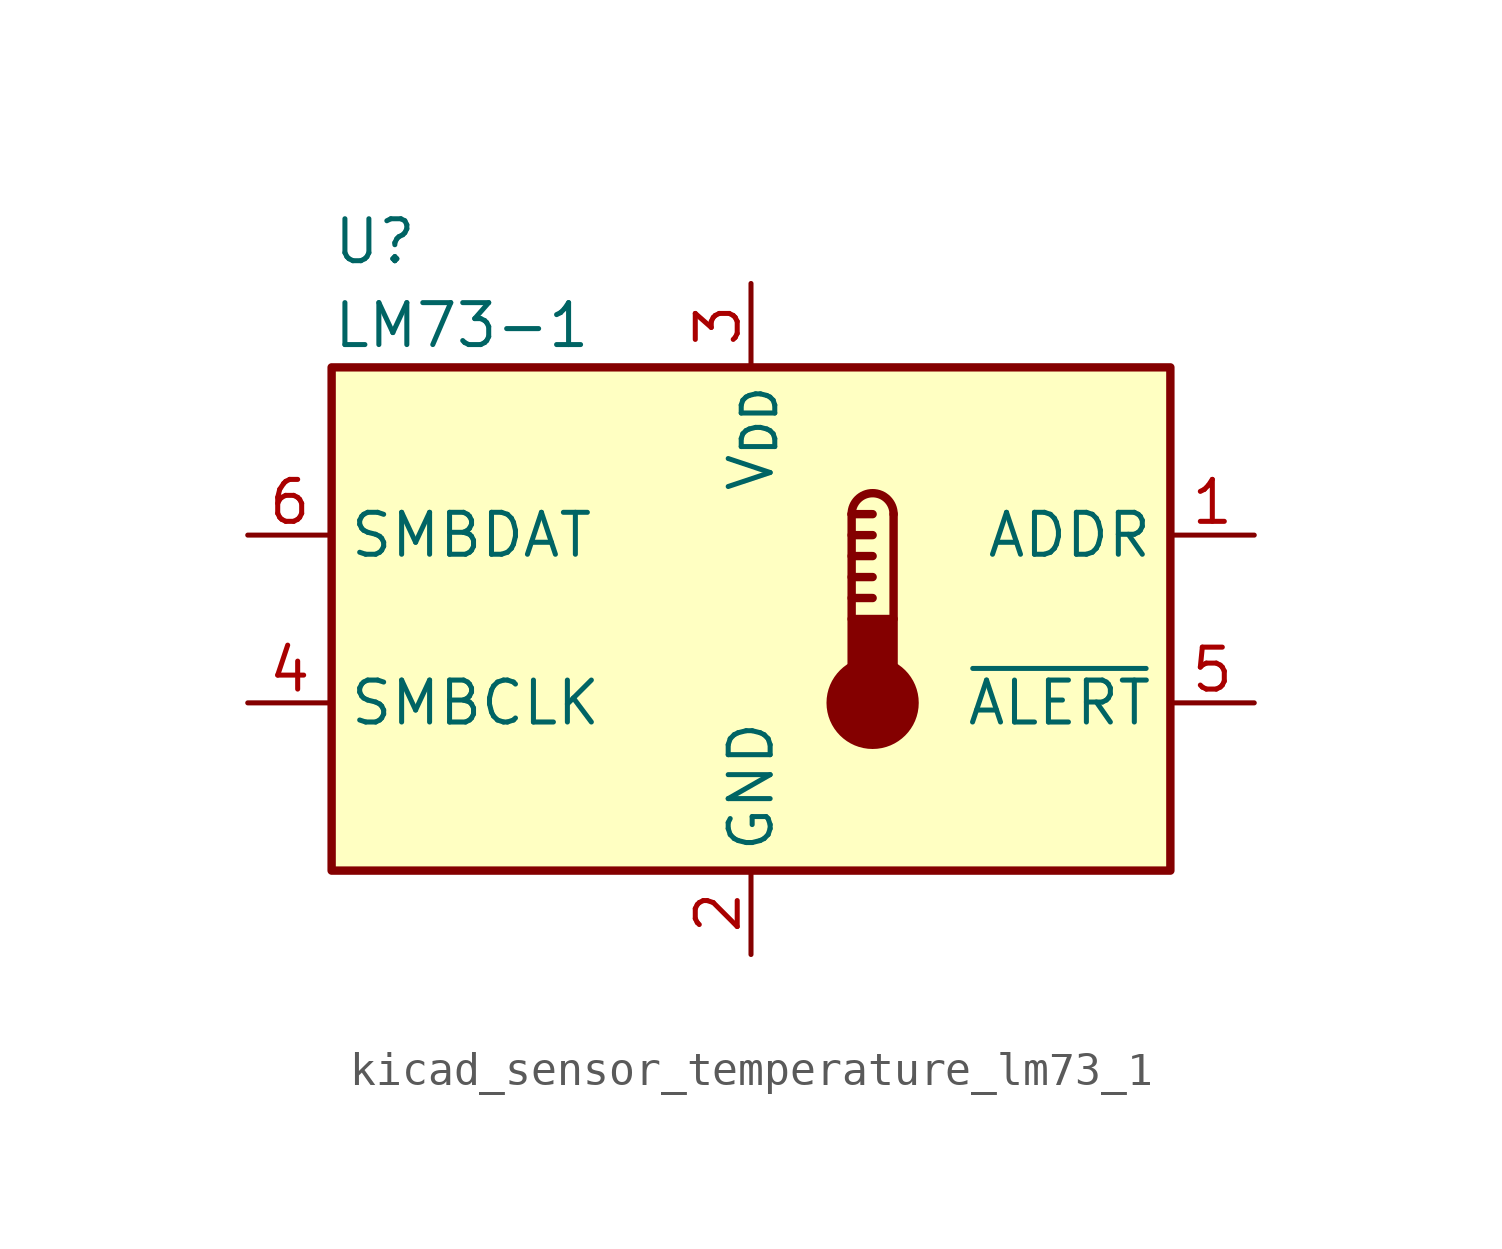
<source format=kicad_sym>
(kicad_symbol_lib
  (version 20220914)
  (generator kicad_symbol_editor)
  (symbol "kicad_sensor_temperature_lm73_1"
    (property "Reference" "U"
      (at -12.7 11.43 0)
      (effects (font (size 1.27 1.27)) (justify left)))
    (property "Value" "LM73-1"
      (at -12.7 8.89 0)
      (effects (font (size 1.27 1.27)) (justify left)))
    (symbol "kicad_sensor_temperature_lm73_1_0_1"
      (rectangle (start -12.7 7.62) (end 12.7 -7.62) (stroke (width 0.254) (type default)) (fill (type background)))
      (polyline (pts (xy 3.048 0.635) (xy 3.683 0.635)) (stroke (width 0.254) (type default)) (fill (type none)))
      (polyline (pts (xy 3.048 1.27) (xy 3.683 1.27)) (stroke (width 0.254) (type default)) (fill (type none)))
      (polyline (pts (xy 3.048 1.905) (xy 3.683 1.905)) (stroke (width 0.254) (type default)) (fill (type none)))
      (polyline (pts (xy 3.048 2.54) (xy 3.683 2.54)) (stroke (width 0.254) (type default)) (fill (type none)))
      (polyline (pts (xy 3.048 3.175) (xy 3.048 0)) (stroke (width 0.254) (type default)) (fill (type none)))
      (polyline (pts (xy 3.048 3.175) (xy 3.683 3.175)) (stroke (width 0.254) (type default)) (fill (type none)))
      (polyline (pts (xy 4.318 3.175) (xy 4.318 0)) (stroke (width 0.254) (type default)) (fill (type none)))
      (circle (center 3.683 -2.54) (radius 1.27) (stroke (width 0.254) (type default)) (fill (type outline)))
      (rectangle (start 4.318 -1.905) (end 3.048 0) (stroke (width 0.254) (type default)) (fill (type outline)))
      (arc (start 4.318 3.175) (mid 3.683 3.8073) (end 3.048 3.175) (stroke (width 0.254) (type default)) (fill (type none))))
    (symbol "kicad_sensor_temperature_lm73_1_1_1"
      (pin input line (at 15.24 2.54 180) (length 2.54) (name "ADDR" (effects (font (size 1.27 1.27)))) (number "1" (effects (font (size 1.27 1.27)))))
      (pin power_in line (at 0 -10.16 90) (length 2.54) (name "GND" (effects (font (size 1.27 1.27)))) (number "2" (effects (font (size 1.27 1.27)))))
      (pin power_in line (at 0 10.16 270) (length 2.54) (name "V_{DD}" (effects (font (size 1.27 1.27)))) (number "3" (effects (font (size 1.27 1.27)))))
      (pin input line (at -15.24 -2.54 0) (length 2.54) (name "SMBCLK" (effects (font (size 1.27 1.27)))) (number "4" (effects (font (size 1.27 1.27)))))
      (pin output line (at 15.24 -2.54 180) (length 2.54) (name "~{ALERT}" (effects (font (size 1.27 1.27)))) (number "5" (effects (font (size 1.27 1.27)))))
      (pin bidirectional line (at -15.24 2.54 0) (length 2.54) (name "SMBDAT" (effects (font (size 1.27 1.27)))) (number "6" (effects (font (size 1.27 1.27))))))))
</source>
